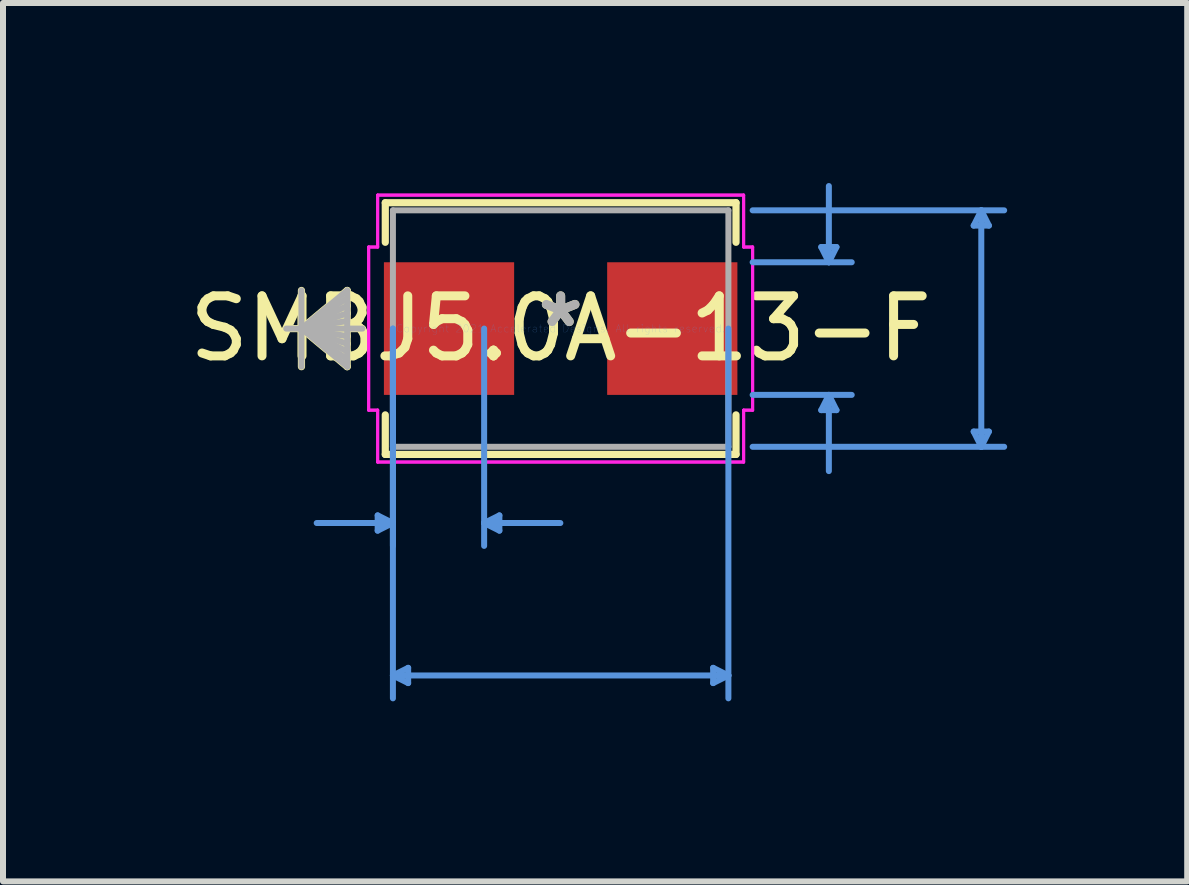
<source format=kicad_pcb>
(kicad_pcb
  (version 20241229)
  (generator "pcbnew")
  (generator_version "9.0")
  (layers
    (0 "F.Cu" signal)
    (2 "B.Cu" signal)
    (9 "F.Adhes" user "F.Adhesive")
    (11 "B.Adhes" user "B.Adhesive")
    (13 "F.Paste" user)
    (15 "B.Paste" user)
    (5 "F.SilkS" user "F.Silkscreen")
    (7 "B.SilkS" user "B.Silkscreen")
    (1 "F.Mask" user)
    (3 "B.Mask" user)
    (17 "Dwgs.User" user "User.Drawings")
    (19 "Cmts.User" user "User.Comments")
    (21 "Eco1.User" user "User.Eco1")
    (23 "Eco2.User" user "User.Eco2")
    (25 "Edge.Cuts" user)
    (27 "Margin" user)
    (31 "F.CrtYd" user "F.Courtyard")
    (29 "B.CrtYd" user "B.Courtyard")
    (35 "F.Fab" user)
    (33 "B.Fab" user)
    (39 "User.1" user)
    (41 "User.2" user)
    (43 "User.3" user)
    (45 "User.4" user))
  (footprint "SMBJ5.0A-13-F"
    (layer "F.Cu")
    (at 6.292 2.425)
    (property "Reference" "SMBJ5.0A-13-F" (at 0 0 0) (layer "F.SilkS") (effects (font (size 1 1) (thickness 0.15))))
    (attr through_hole)
    (fp_line (start -4.319 -0.635) (end -4.319 0.635) (stroke (width 0.12) (type solid)) (layer "F.SilkS"))
    (fp_line (start -4.319 0) (end -3.557 -0.635) (stroke (width 0.12) (type solid)) (layer "F.SilkS"))
    (fp_line (start -4.319 0) (end -3.557 -0.508) (stroke (width 0.12) (type solid)) (layer "F.SilkS"))
    (fp_line (start -4.319 0) (end -3.557 -0.381) (stroke (width 0.12) (type solid)) (layer "F.SilkS"))
    (fp_line (start -4.319 0) (end -3.557 -0.254) (stroke (width 0.12) (type solid)) (layer "F.SilkS"))
    (fp_line (start -4.319 0) (end -3.557 -0.127) (stroke (width 0.12) (type solid)) (layer "F.SilkS"))
    (fp_line (start -4.319 0) (end -3.557 0.127) (stroke (width 0.12) (type solid)) (layer "F.SilkS"))
    (fp_line (start -4.319 0) (end -3.557 0.254) (stroke (width 0.12) (type solid)) (layer "F.SilkS"))
    (fp_line (start -4.319 0) (end -3.557 0.381) (stroke (width 0.12) (type solid)) (layer "F.SilkS"))
    (fp_line (start -4.319 0) (end -3.557 0.508) (stroke (width 0.12) (type solid)) (layer "F.SilkS"))
    (fp_line (start -4.319 0) (end -3.557 0.635) (stroke (width 0.12) (type solid)) (layer "F.SilkS"))
    (fp_line (start -3.557 -0.635) (end -3.557 0.635) (stroke (width 0.12) (type solid)) (layer "F.SilkS"))
    (fp_line (start -3.303 0) (end -4.573 0) (stroke (width 0.12) (type solid)) (layer "F.SilkS"))
    (fp_line (start -2.922 -2.097) (end -2.922 -1.438) (stroke (width 0.12) (type solid)) (layer "F.SilkS"))
    (fp_line (start -2.922 1.438) (end -2.922 2.097) (stroke (width 0.12) (type solid)) (layer "F.SilkS"))
    (fp_line (start -2.922 2.097) (end 2.922 2.097) (stroke (width 0.12) (type solid)) (layer "F.SilkS"))
    (fp_line (start 2.922 -2.097) (end -2.922 -2.097) (stroke (width 0.12) (type solid)) (layer "F.SilkS"))
    (fp_line (start 2.922 -1.438) (end 2.922 -2.097) (stroke (width 0.12) (type solid)) (layer "F.SilkS"))
    (fp_line (start 2.922 2.097) (end 2.922 1.438) (stroke (width 0.12) (type solid)) (layer "F.SilkS"))
    (fp_line (start -3.049 3.113) (end -3.049 3.367) (stroke (width 0.1) (type solid)) (layer "Cmts.User"))
    (fp_line (start -2.795 0) (end -2.795 3.621) (stroke (width 0.1) (type solid)) (layer "Cmts.User"))
    (fp_line (start -2.795 0) (end -2.795 6.161) (stroke (width 0.1) (type solid)) (layer "Cmts.User"))
    (fp_line (start -2.795 3.24) (end -4.065 3.24) (stroke (width 0.1) (type solid)) (layer "Cmts.User"))
    (fp_line (start -2.795 3.24) (end -3.049 3.113) (stroke (width 0.1) (type solid)) (layer "Cmts.User"))
    (fp_line (start -2.795 3.24) (end -3.049 3.367) (stroke (width 0.1) (type solid)) (layer "Cmts.User"))
    (fp_line (start -2.795 5.78) (end -2.541 5.653) (stroke (width 0.1) (type solid)) (layer "Cmts.User"))
    (fp_line (start -2.795 5.78) (end -2.541 5.907) (stroke (width 0.1) (type solid)) (layer "Cmts.User"))
    (fp_line (start -2.795 5.78) (end 2.795 5.78) (stroke (width 0.1) (type solid)) (layer "Cmts.User"))
    (fp_line (start -2.541 5.653) (end -2.541 5.907) (stroke (width 0.1) (type solid)) (layer "Cmts.User"))
    (fp_line (start -1.275 0) (end -1.275 3.621) (stroke (width 0.1) (type solid)) (layer "Cmts.User"))
    (fp_line (start -1.275 3.24) (end -1.021 3.113) (stroke (width 0.1) (type solid)) (layer "Cmts.User"))
    (fp_line (start -1.275 3.24) (end -1.021 3.367) (stroke (width 0.1) (type solid)) (layer "Cmts.User"))
    (fp_line (start -1.275 3.24) (end -0.005 3.24) (stroke (width 0.1) (type solid)) (layer "Cmts.User"))
    (fp_line (start -1.021 3.113) (end -1.021 3.367) (stroke (width 0.1) (type solid)) (layer "Cmts.User"))
    (fp_line (start 2.541 5.653) (end 2.541 5.907) (stroke (width 0.1) (type solid)) (layer "Cmts.User"))
    (fp_line (start 2.795 0) (end 2.795 6.161) (stroke (width 0.1) (type solid)) (layer "Cmts.User"))
    (fp_line (start 2.795 5.78) (end 2.541 5.653) (stroke (width 0.1) (type solid)) (layer "Cmts.User"))
    (fp_line (start 2.795 5.78) (end 2.541 5.907) (stroke (width 0.1) (type solid)) (layer "Cmts.User"))
    (fp_line (start 3.199 -1.97) (end 7.39 -1.97) (stroke (width 0.1) (type solid)) (layer "Cmts.User"))
    (fp_line (start 3.199 -1.105) (end 4.85 -1.105) (stroke (width 0.1) (type solid)) (layer "Cmts.User"))
    (fp_line (start 3.199 1.105) (end 4.85 1.105) (stroke (width 0.1) (type solid)) (layer "Cmts.User"))
    (fp_line (start 3.199 1.97) (end 7.39 1.97) (stroke (width 0.1) (type solid)) (layer "Cmts.User"))
    (fp_line (start 4.342 -1.359) (end 4.596 -1.359) (stroke (width 0.1) (type solid)) (layer "Cmts.User"))
    (fp_line (start 4.342 1.359) (end 4.596 1.359) (stroke (width 0.1) (type solid)) (layer "Cmts.User"))
    (fp_line (start 4.469 -1.105) (end 4.342 -1.359) (stroke (width 0.1) (type solid)) (layer "Cmts.User"))
    (fp_line (start 4.469 -1.105) (end 4.469 -2.375) (stroke (width 0.1) (type solid)) (layer "Cmts.User"))
    (fp_line (start 4.469 -1.105) (end 4.596 -1.359) (stroke (width 0.1) (type solid)) (layer "Cmts.User"))
    (fp_line (start 4.469 1.105) (end 4.342 1.359) (stroke (width 0.1) (type solid)) (layer "Cmts.User"))
    (fp_line (start 4.469 1.105) (end 4.469 2.375) (stroke (width 0.1) (type solid)) (layer "Cmts.User"))
    (fp_line (start 4.469 1.105) (end 4.596 1.359) (stroke (width 0.1) (type solid)) (layer "Cmts.User"))
    (fp_line (start 6.882 -1.716) (end 7.136 -1.716) (stroke (width 0.1) (type solid)) (layer "Cmts.User"))
    (fp_line (start 6.882 1.716) (end 7.136 1.716) (stroke (width 0.1) (type solid)) (layer "Cmts.User"))
    (fp_line (start 7.009 -1.97) (end 6.882 -1.716) (stroke (width 0.1) (type solid)) (layer "Cmts.User"))
    (fp_line (start 7.009 -1.97) (end 7.009 1.97) (stroke (width 0.1) (type solid)) (layer "Cmts.User"))
    (fp_line (start 7.009 -1.97) (end 7.136 -1.716) (stroke (width 0.1) (type solid)) (layer "Cmts.User"))
    (fp_line (start 7.009 1.97) (end 6.882 1.716) (stroke (width 0.1) (type solid)) (layer "Cmts.User"))
    (fp_line (start 7.009 1.97) (end 7.136 1.716) (stroke (width 0.1) (type solid)) (layer "Cmts.User"))
    (fp_line (start -3.199 -1.359) (end -3.049 -1.359) (stroke (width 0.05) (type solid)) (layer "F.CrtYd"))
    (fp_line (start -3.199 -1.359) (end -3.049 -1.359) (stroke (width 0.05) (type solid)) (layer "F.CrtYd"))
    (fp_line (start -3.199 1.359) (end -3.199 -1.359) (stroke (width 0.05) (type solid)) (layer "F.CrtYd"))
    (fp_line (start -3.199 1.359) (end -3.199 -1.359) (stroke (width 0.05) (type solid)) (layer "F.CrtYd"))
    (fp_line (start -3.049 -2.224) (end 3.049 -2.224) (stroke (width 0.05) (type solid)) (layer "F.CrtYd"))
    (fp_line (start -3.049 -2.224) (end 3.049 -2.224) (stroke (width 0.05) (type solid)) (layer "F.CrtYd"))
    (fp_line (start -3.049 -1.359) (end -3.049 -2.224) (stroke (width 0.05) (type solid)) (layer "F.CrtYd"))
    (fp_line (start -3.049 -1.359) (end -3.049 -2.224) (stroke (width 0.05) (type solid)) (layer "F.CrtYd"))
    (fp_line (start -3.049 1.359) (end -3.199 1.359) (stroke (width 0.05) (type solid)) (layer "F.CrtYd"))
    (fp_line (start -3.049 1.359) (end -3.199 1.359) (stroke (width 0.05) (type solid)) (layer "F.CrtYd"))
    (fp_line (start -3.049 2.224) (end -3.049 1.359) (stroke (width 0.05) (type solid)) (layer "F.CrtYd"))
    (fp_line (start -3.049 2.224) (end -3.049 1.359) (stroke (width 0.05) (type solid)) (layer "F.CrtYd"))
    (fp_line (start 3.049 -2.224) (end 3.049 -1.359) (stroke (width 0.05) (type solid)) (layer "F.CrtYd"))
    (fp_line (start 3.049 -2.224) (end 3.049 -1.359) (stroke (width 0.05) (type solid)) (layer "F.CrtYd"))
    (fp_line (start 3.049 -1.359) (end 3.199 -1.359) (stroke (width 0.05) (type solid)) (layer "F.CrtYd"))
    (fp_line (start 3.049 -1.359) (end 3.199 -1.359) (stroke (width 0.05) (type solid)) (layer "F.CrtYd"))
    (fp_line (start 3.049 1.359) (end 3.049 2.224) (stroke (width 0.05) (type solid)) (layer "F.CrtYd"))
    (fp_line (start 3.049 1.359) (end 3.049 2.224) (stroke (width 0.05) (type solid)) (layer "F.CrtYd"))
    (fp_line (start 3.049 2.224) (end -3.049 2.224) (stroke (width 0.05) (type solid)) (layer "F.CrtYd"))
    (fp_line (start 3.049 2.224) (end -3.049 2.224) (stroke (width 0.05) (type solid)) (layer "F.CrtYd"))
    (fp_line (start 3.199 -1.359) (end 3.199 1.359) (stroke (width 0.05) (type solid)) (layer "F.CrtYd"))
    (fp_line (start 3.199 -1.359) (end 3.199 1.359) (stroke (width 0.05) (type solid)) (layer "F.CrtYd"))
    (fp_line (start 3.199 1.359) (end 3.049 1.359) (stroke (width 0.05) (type solid)) (layer "F.CrtYd"))
    (fp_line (start 3.199 1.359) (end 3.049 1.359) (stroke (width 0.05) (type solid)) (layer "F.CrtYd"))
    (fp_line (start -4.319 -0.635) (end -4.319 0.635) (stroke (width 0.1) (type solid)) (layer "F.Fab"))
    (fp_line (start -4.319 0) (end -3.557 -0.635) (stroke (width 0.1) (type solid)) (layer "F.Fab"))
    (fp_line (start -4.319 0) (end -3.557 -0.508) (stroke (width 0.1) (type solid)) (layer "F.Fab"))
    (fp_line (start -4.319 0) (end -3.557 -0.381) (stroke (width 0.1) (type solid)) (layer "F.Fab"))
    (fp_line (start -4.319 0) (end -3.557 -0.254) (stroke (width 0.1) (type solid)) (layer "F.Fab"))
    (fp_line (start -4.319 0) (end -3.557 -0.127) (stroke (width 0.1) (type solid)) (layer "F.Fab"))
    (fp_line (start -4.319 0) (end -3.557 0.127) (stroke (width 0.1) (type solid)) (layer "F.Fab"))
    (fp_line (start -4.319 0) (end -3.557 0.254) (stroke (width 0.1) (type solid)) (layer "F.Fab"))
    (fp_line (start -4.319 0) (end -3.557 0.381) (stroke (width 0.1) (type solid)) (layer "F.Fab"))
    (fp_line (start -4.319 0) (end -3.557 0.508) (stroke (width 0.1) (type solid)) (layer "F.Fab"))
    (fp_line (start -4.319 0) (end -3.557 0.635) (stroke (width 0.1) (type solid)) (layer "F.Fab"))
    (fp_line (start -3.557 -0.635) (end -3.557 0.635) (stroke (width 0.1) (type solid)) (layer "F.Fab"))
    (fp_line (start -3.303 0) (end -4.573 0) (stroke (width 0.1) (type solid)) (layer "F.Fab"))
    (fp_line (start -2.795 -1.97) (end -2.795 1.97) (stroke (width 0.1) (type solid)) (layer "F.Fab"))
    (fp_line (start -2.795 1.97) (end 2.795 1.97) (stroke (width 0.1) (type solid)) (layer "F.Fab"))
    (fp_line (start 2.795 -1.97) (end -2.795 -1.97) (stroke (width 0.1) (type solid)) (layer "F.Fab"))
    (fp_line (start 2.795 1.97) (end 2.795 -1.97) (stroke (width 0.1) (type solid)) (layer "F.Fab"))
    (fp_text user "*" (at 0 0 0) (layer "F.SilkS") (effects (font (size 1 1) (thickness 0.15))))
    (fp_text user "Copyright 2021 Accelerated Designs. All rights reserved." (at 0 0 0) (layer "Cmts.User") (effects (font (size 0.127 0.127) (thickness 0.002))))
    (fp_text user "*" (at 0 0 0) (layer "F.Fab") (effects (font (size 1 1) (thickness 0.15))))
    (pad "1" smd rect (at -1.86 0 90) (size 2.21 2.17) (layers "F.Cu" "F.Mask" "F.Paste"))
    (pad "2" smd rect (at 1.86 0 90) (size 2.21 2.17) (layers "F.Cu" "F.Mask" "F.Paste")))
  (gr_rect
    (start -3 -3)
    (end 16.732 11.636)
    (stroke (width 0.1) (type default))
    (fill no)
    (layer "Edge.Cuts")))
</source>
